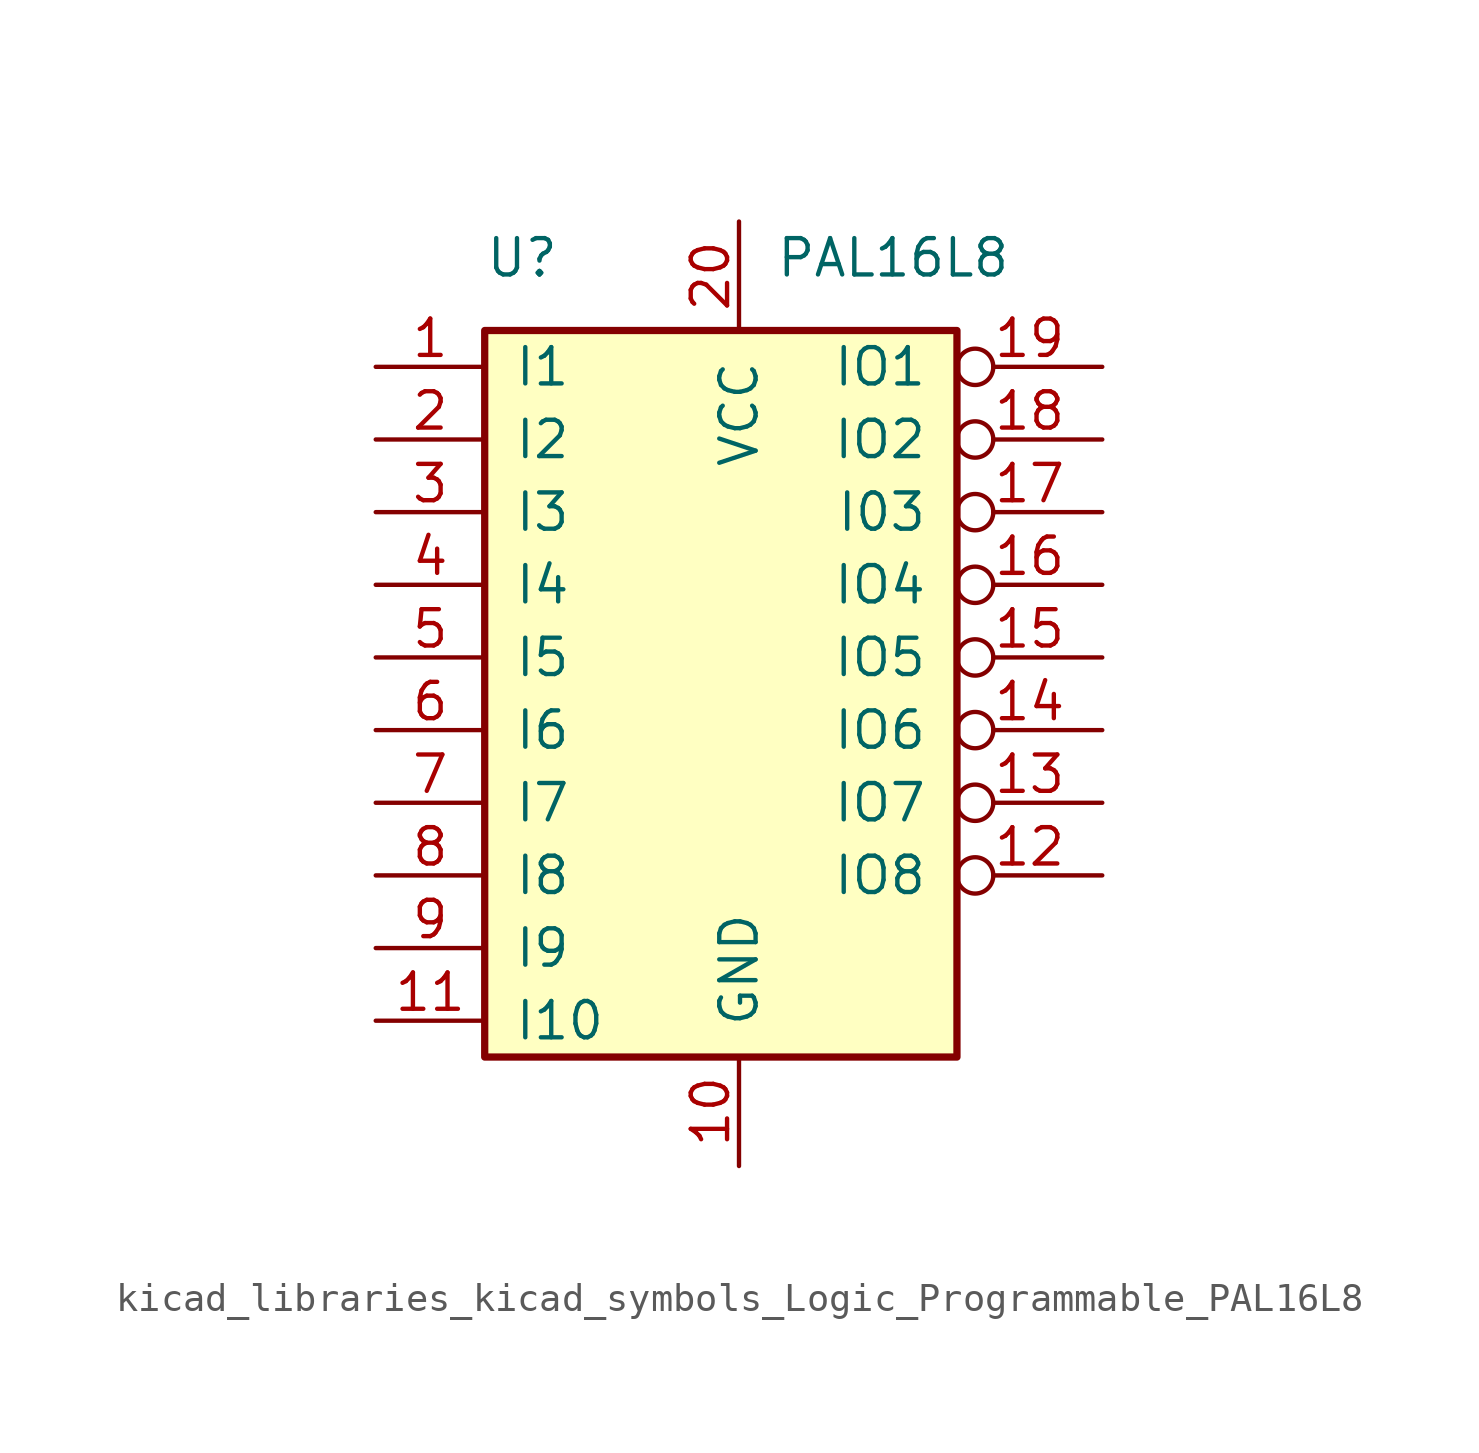
<source format=kicad_sym>
(kicad_symbol_lib
  (version 20220914)
  (generator kicad_symbol_editor)
  (symbol "kicad_libraries_kicad_symbols_Logic_Programmable_PAL16L8"
    (pin_names
      (offset 1.016))
    (property "Reference" "U"
      (at -8.89 16.51 0)
      (effects (font (size 1.27 1.27)) (justify left)))
    (property "Value" "PAL16L8"
      (at 1.27 16.51 0)
      (effects (font (size 1.27 1.27)) (justify left)))
    (symbol "kicad_libraries_kicad_symbols_Logic_Programmable_PAL16L8_0_0"
      (pin power_in line (at 0 -15.24 90) (length 3.81) (name "GND" (effects (font (size 1.27 1.27)))) (number "10" (effects (font (size 1.27 1.27)))))
      (pin power_in line (at 0 17.78 270) (length 3.81) (name "VCC" (effects (font (size 1.27 1.27)))) (number "20" (effects (font (size 1.27 1.27))))))
    (symbol "kicad_libraries_kicad_symbols_Logic_Programmable_PAL16L8_0_1"
      (rectangle (start -8.89 13.97) (end 7.62 -11.43) (stroke (width 0.254) (type default)) (fill (type background))))
    (symbol "kicad_libraries_kicad_symbols_Logic_Programmable_PAL16L8_1_1"
      (pin input line (at -12.7 12.7 0) (length 3.81) (name "I1" (effects (font (size 1.27 1.27)))) (number "1" (effects (font (size 1.27 1.27)))))
      (pin input line (at -12.7 -10.16 0) (length 3.81) (name "I10" (effects (font (size 1.27 1.27)))) (number "11" (effects (font (size 1.27 1.27)))))
      (pin tri_state inverted (at 12.7 -5.08 180) (length 5.08) (name "IO8" (effects (font (size 1.27 1.27)))) (number "12" (effects (font (size 1.27 1.27)))))
      (pin tri_state inverted (at 12.7 -2.54 180) (length 5.08) (name "IO7" (effects (font (size 1.27 1.27)))) (number "13" (effects (font (size 1.27 1.27)))))
      (pin tri_state inverted (at 12.7 0 180) (length 5.08) (name "IO6" (effects (font (size 1.27 1.27)))) (number "14" (effects (font (size 1.27 1.27)))))
      (pin tri_state inverted (at 12.7 2.54 180) (length 5.08) (name "IO5" (effects (font (size 1.27 1.27)))) (number "15" (effects (font (size 1.27 1.27)))))
      (pin tri_state inverted (at 12.7 5.08 180) (length 5.08) (name "IO4" (effects (font (size 1.27 1.27)))) (number "16" (effects (font (size 1.27 1.27)))))
      (pin tri_state inverted (at 12.7 7.62 180) (length 5.08) (name "I03" (effects (font (size 1.27 1.27)))) (number "17" (effects (font (size 1.27 1.27)))))
      (pin tri_state inverted (at 12.7 10.16 180) (length 5.08) (name "IO2" (effects (font (size 1.27 1.27)))) (number "18" (effects (font (size 1.27 1.27)))))
      (pin tri_state inverted (at 12.7 12.7 180) (length 5.08) (name "IO1" (effects (font (size 1.27 1.27)))) (number "19" (effects (font (size 1.27 1.27)))))
      (pin input line (at -12.7 10.16 0) (length 3.81) (name "I2" (effects (font (size 1.27 1.27)))) (number "2" (effects (font (size 1.27 1.27)))))
      (pin input line (at -12.7 7.62 0) (length 3.81) (name "I3" (effects (font (size 1.27 1.27)))) (number "3" (effects (font (size 1.27 1.27)))))
      (pin input line (at -12.7 5.08 0) (length 3.81) (name "I4" (effects (font (size 1.27 1.27)))) (number "4" (effects (font (size 1.27 1.27)))))
      (pin input line (at -12.7 2.54 0) (length 3.81) (name "I5" (effects (font (size 1.27 1.27)))) (number "5" (effects (font (size 1.27 1.27)))))
      (pin input line (at -12.7 0 0) (length 3.81) (name "I6" (effects (font (size 1.27 1.27)))) (number "6" (effects (font (size 1.27 1.27)))))
      (pin input line (at -12.7 -2.54 0) (length 3.81) (name "I7" (effects (font (size 1.27 1.27)))) (number "7" (effects (font (size 1.27 1.27)))))
      (pin input line (at -12.7 -5.08 0) (length 3.81) (name "I8" (effects (font (size 1.27 1.27)))) (number "8" (effects (font (size 1.27 1.27)))))
      (pin input line (at -12.7 -7.62 0) (length 3.81) (name "I9" (effects (font (size 1.27 1.27)))) (number "9" (effects (font (size 1.27 1.27))))))))
</source>
